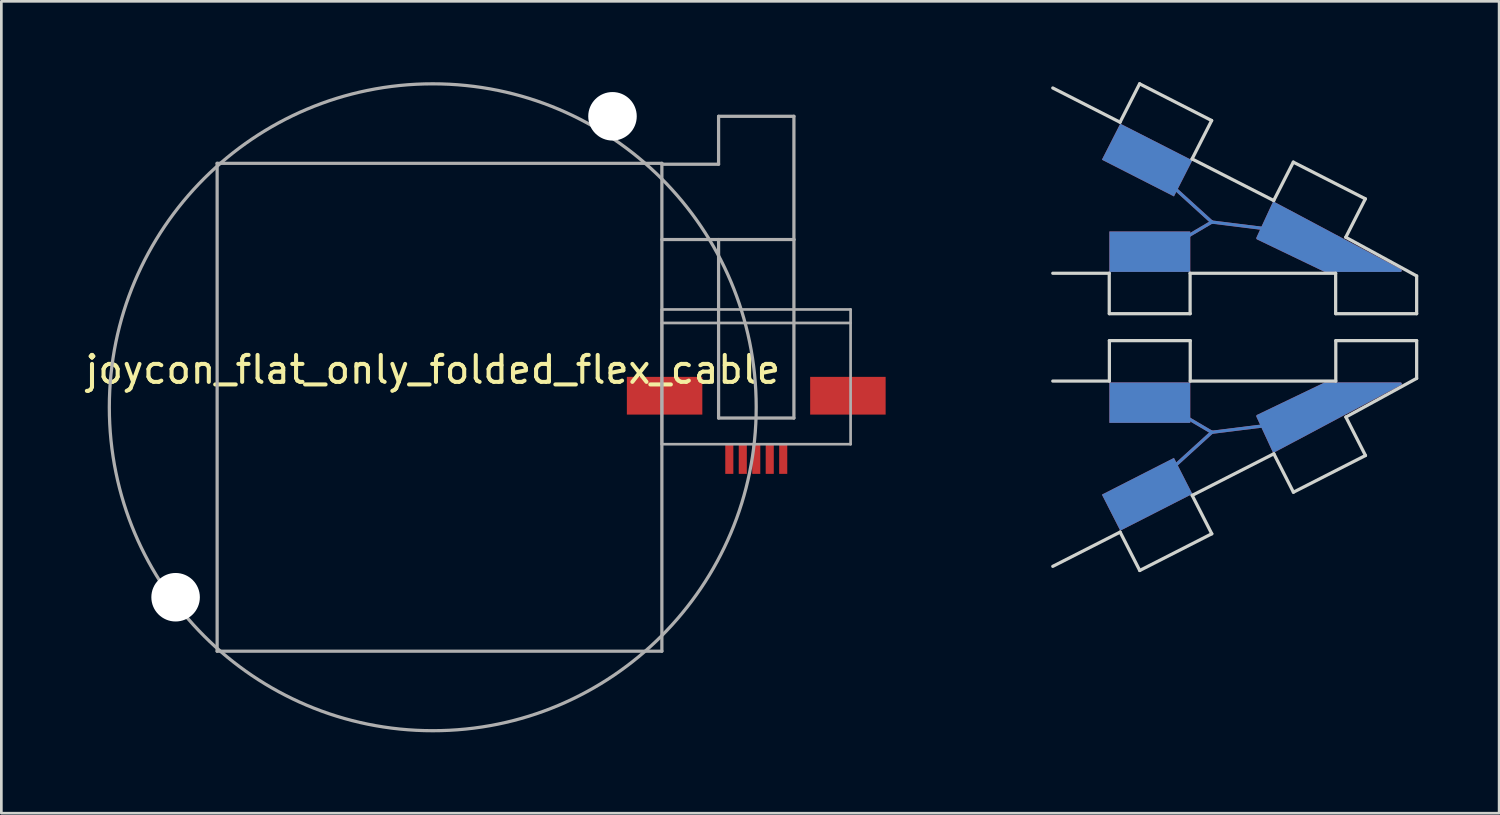
<source format=kicad_pcb>
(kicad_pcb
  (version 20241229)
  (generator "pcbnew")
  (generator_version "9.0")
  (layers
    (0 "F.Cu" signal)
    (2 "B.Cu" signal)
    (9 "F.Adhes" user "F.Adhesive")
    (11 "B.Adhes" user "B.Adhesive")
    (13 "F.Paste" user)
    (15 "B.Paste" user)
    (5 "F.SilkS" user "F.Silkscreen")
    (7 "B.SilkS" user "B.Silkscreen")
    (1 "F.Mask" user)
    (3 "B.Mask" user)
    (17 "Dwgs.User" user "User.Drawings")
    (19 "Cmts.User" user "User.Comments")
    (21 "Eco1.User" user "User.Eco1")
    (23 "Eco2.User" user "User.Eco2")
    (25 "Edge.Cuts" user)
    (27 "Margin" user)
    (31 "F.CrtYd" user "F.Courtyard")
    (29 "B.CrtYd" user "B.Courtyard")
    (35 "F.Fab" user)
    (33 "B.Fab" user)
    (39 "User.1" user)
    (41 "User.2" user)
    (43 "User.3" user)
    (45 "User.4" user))
  (footprint "joycon_flat_only_folded_flex_cable"
    (layer "F.Cu")
    (at 13.006 12.06)
    (property "Reference" "joycon_flat_only_folded_flex_cable" (at 0 -1.397 0) (layer "F.SilkS") (effects (font (size 1 1) (thickness 0.15))))
    (attr through_hole)
    (fp_line (start -8 -9.05) (end -8 9.05) (stroke (width 0.12) (type solid)) (layer "F.Fab"))
    (fp_line (start -8 -9.05) (end 8.5 -9.05) (stroke (width 0.12) (type solid)) (layer "F.Fab"))
    (fp_line (start -8 9.05) (end 8.5 9.05) (stroke (width 0.12) (type solid)) (layer "F.Fab"))
    (fp_line (start 8.5 -9.05) (end 8.5 9.05) (stroke (width 0.12) (type solid)) (layer "F.Fab"))
    (fp_line (start 8.502 -3.628) (end 15.502 -3.628) (stroke (width 0.1) (type solid)) (layer "F.Fab"))
    (fp_line (start 8.502 -3.128) (end 15.502 -3.128) (stroke (width 0.1) (type solid)) (layer "F.Fab"))
    (fp_line (start 8.502 1.371) (end 8.502 -3.628) (stroke (width 0.1) (type solid)) (layer "F.Fab"))
    (fp_line (start 8.502 1.371) (end 15.502 1.371) (stroke (width 0.1) (type solid)) (layer "F.Fab"))
    (fp_line (start 10.604 -9.017) (end 8.5 -9.017) (stroke (width 0.12) (type solid)) (layer "F.Fab"))
    (fp_line (start 10.604 -9.017) (end 10.604 -10.795) (stroke (width 0.12) (type solid)) (layer "F.Fab"))
    (fp_line (start 10.604 -6.223) (end 10.604 0.4) (stroke (width 0.12) (type solid)) (layer "F.Fab"))
    (fp_line (start 13.399 -10.795) (end 10.604 -10.795) (stroke (width 0.12) (type solid)) (layer "F.Fab"))
    (fp_line (start 13.399 -10.795) (end 13.399 -6.223) (stroke (width 0.12) (type solid)) (layer "F.Fab"))
    (fp_line (start 13.399 -6.223) (end 8.5 -6.223) (stroke (width 0.12) (type solid)) (layer "F.Fab"))
    (fp_line (start 13.399 -6.223) (end 13.399 0.4) (stroke (width 0.12) (type solid)) (layer "F.Fab"))
    (fp_line (start 13.399 0.4) (end 10.604 0.4) (stroke (width 0.12) (type solid)) (layer "F.Fab"))
    (fp_line (start 15.502 1.371) (end 15.502 -3.628) (stroke (width 0.1) (type solid)) (layer "F.Fab"))
    (fp_circle (center 0 0) (end 12 0) (stroke (width 0.12) (type solid)) (fill no) (layer "F.Fab"))
    (pad "" np_thru_hole circle (at -9.541 7.048) (size 1.8 1.8) (drill 1.8) (layers "*.Cu" "*.Mask"))
    (pad "" np_thru_hole circle (at 6.668 -10.795) (size 1.8 1.8) (drill 1.8) (layers "*.Cu" "*.Mask"))
    (pad "GND" smd rect (at 11.502 1.921) (size 0.3 1.1) (layers "F.Cu" "F.Mask" "F.Paste"))
    (pad "Left_Right" smd rect (at 11.002 1.921) (size 0.3 1.1) (layers "F.Cu" "F.Mask" "F.Paste"))
    (pad "NC" smd rect (at 8.601 -0.428) (size 2.8 1.4) (layers "F.Cu" "F.Mask" "F.Paste"))
    (pad "NC" smd rect (at 15.402 -0.428) (size 2.8 1.4) (layers "F.Cu" "F.Mask" "F.Paste"))
    (pad "Push_button" smd rect (at 12.002 1.921) (size 0.3 1.1) (layers "F.Cu" "F.Mask" "F.Paste"))
    (pad "Up_Down" smd rect (at 12.502 1.921) (size 0.3 1.1) (layers "F.Cu" "F.Mask" "F.Paste"))
    (pad "VCC" smd rect (at 13.002 1.921) (size 0.3 1.1) (layers "F.Cu" "F.Mask" "F.Paste")))
  (footprint "support_27deg"
    (layer "F.Cu")
    (at 36.009 9.088)
    (property "Reference" "support_27deg" (at 2.4 4.5 0) (layer "Eco1.User") (effects (font (size 1 1) (thickness 0.15))))
    (attr through_hole)
    (fp_line (start 4.2 -2.9) (end 5.9 -3.9) (stroke (width 0.12) (type solid)) (layer "F.Cu"))
    (fp_line (start 4.2 2.9) (end 5.9 3.9) (stroke (width 0.12) (type solid)) (layer "F.Cu"))
    (fp_line (start 5.9 -3.9) (end 3.7 -5.9) (stroke (width 0.12) (type solid)) (layer "F.Cu"))
    (fp_line (start 5.9 -3.9) (end 9.1 -3.5) (stroke (width 0.12) (type solid)) (layer "F.Cu"))
    (fp_line (start 5.9 3.9) (end 3.7 5.9) (stroke (width 0.12) (type solid)) (layer "F.Cu"))
    (fp_line (start 5.9 3.9) (end 9.1 3.5) (stroke (width 0.12) (type solid)) (layer "F.Cu"))
    (fp_poly (pts (xy 8.2 -4.6) (xy 7.6 -3.3) (xy 10.1 -2.1) (xy 12.9 -2.1)) (stroke (width 0.1) (type solid)) (fill yes) (layer "F.Cu"))
    (fp_poly (pts (xy 8.2 4.6) (xy 7.6 3.3) (xy 10.1 2.1) (xy 12.9 2.1)) (stroke (width 0.1) (type solid)) (fill yes) (layer "F.Cu"))
    (fp_poly (pts (xy 8.2 -4.6) (xy 7.6 -3.3) (xy 10.1 -2.1) (xy 12.9 -2.1)) (stroke (width 0.1) (type solid)) (fill yes) (layer "F.Mask"))
    (fp_poly (pts (xy 8.2 4.6) (xy 7.6 3.3) (xy 10.1 2.1) (xy 12.9 2.1)) (stroke (width 0.1) (type solid)) (fill yes) (layer "F.Mask"))
    (fp_line (start 4.2 -2.9) (end 5.9 -3.9) (stroke (width 0.12) (type solid)) (layer "B.Cu"))
    (fp_line (start 4.2 2.9) (end 5.9 3.9) (stroke (width 0.12) (type solid)) (layer "B.Cu"))
    (fp_line (start 5.9 -3.9) (end 3.7 -5.9) (stroke (width 0.12) (type solid)) (layer "B.Cu"))
    (fp_line (start 5.9 -3.9) (end 9.1 -3.5) (stroke (width 0.12) (type solid)) (layer "B.Cu"))
    (fp_line (start 5.9 3.9) (end 3.7 5.9) (stroke (width 0.12) (type solid)) (layer "B.Cu"))
    (fp_line (start 5.9 3.9) (end 9.1 3.5) (stroke (width 0.12) (type solid)) (layer "B.Cu"))
    (fp_poly (pts (xy 8.2 -4.6) (xy 7.6 -3.3) (xy 10.1 -2.1) (xy 12.9 -2.1)) (stroke (width 0.1) (type solid)) (fill yes) (layer "B.Cu"))
    (fp_poly (pts (xy 8.2 4.6) (xy 7.6 3.3) (xy 10.1 2.1) (xy 12.9 2.1)) (stroke (width 0.1) (type solid)) (fill yes) (layer "B.Cu"))
    (fp_poly (pts (xy 8.2 -4.6) (xy 7.6 -3.3) (xy 10.1 -2.1) (xy 12.9 -2.1)) (stroke (width 0.1) (type solid)) (fill yes) (layer "B.Mask"))
    (fp_poly (pts (xy 8.2 4.6) (xy 7.6 3.3) (xy 10.1 2.1) (xy 12.9 2.1)) (stroke (width 0.1) (type solid)) (fill yes) (layer "B.Mask"))
    (fp_poly (pts (xy 8.2 -4.6) (xy 7.6 -3.3) (xy 10.1 -2.1) (xy 12.9 -2.1)) (stroke (width 0.1) (type solid)) (fill yes) (layer "F.Paste"))
    (fp_poly (pts (xy 8.2 4.6) (xy 7.6 3.3) (xy 10.1 2.1) (xy 12.9 2.1)) (stroke (width 0.1) (type solid)) (fill yes) (layer "F.Paste"))
    (fp_poly (pts (xy 8.2 -4.6) (xy 7.6 -3.3) (xy 10.1 -2.1) (xy 12.9 -2.1)) (stroke (width 0.1) (type solid)) (fill yes) (layer "B.Paste"))
    (fp_poly (pts (xy 8.2 4.6) (xy 7.6 3.3) (xy 10.1 2.1) (xy 12.9 2.1)) (stroke (width 0.1) (type solid)) (fill yes) (layer "B.Paste"))
    (fp_line (start 2.095 -2) (end 0 -2) (stroke (width 0.12) (type solid)) (layer "Edge.Cuts"))
    (fp_line (start 2.095 -0.5) (end 2.095 -2) (stroke (width 0.12) (type solid)) (layer "Edge.Cuts"))
    (fp_line (start 2.1 0.5) (end 2.1 2) (stroke (width 0.12) (type solid)) (layer "Edge.Cuts"))
    (fp_line (start 2.1 2) (end 0 2) (stroke (width 0.12) (type solid)) (layer "Edge.Cuts"))
    (fp_line (start 2.495 -7.603) (end 0 -8.874) (stroke (width 0.12) (type solid)) (layer "Edge.Cuts"))
    (fp_line (start 2.495 -7.603) (end 3.221 -9.028) (stroke (width 0.12) (type solid)) (layer "Edge.Cuts"))
    (fp_line (start 2.499 7.603) (end 0 8.874) (stroke (width 0.12) (type solid)) (layer "Edge.Cuts"))
    (fp_line (start 2.499 7.603) (end 3.226 9.028) (stroke (width 0.12) (type solid)) (layer "Edge.Cuts"))
    (fp_line (start 3.221 -9.028) (end 5.894 -7.666) (stroke (width 0.12) (type solid)) (layer "Edge.Cuts"))
    (fp_line (start 3.226 9.028) (end 5.899 7.666) (stroke (width 0.12) (type solid)) (layer "Edge.Cuts"))
    (fp_line (start 5.095 -2) (end 5.095 -0.5) (stroke (width 0.12) (type solid)) (layer "Edge.Cuts"))
    (fp_line (start 5.1 -0.5) (end 2.1 -0.5) (stroke (width 0.12) (type solid)) (layer "Edge.Cuts"))
    (fp_line (start 5.1 0.5) (end 2.1 0.5) (stroke (width 0.12) (type solid)) (layer "Edge.Cuts"))
    (fp_line (start 5.1 2) (end 5.1 0.5) (stroke (width 0.12) (type solid)) (layer "Edge.Cuts"))
    (fp_line (start 5.168 -6.241) (end 8.197 -4.697) (stroke (width 0.12) (type solid)) (layer "Edge.Cuts"))
    (fp_line (start 5.172 6.241) (end 8.202 4.697) (stroke (width 0.12) (type solid)) (layer "Edge.Cuts"))
    (fp_line (start 5.894 -7.666) (end 5.168 -6.241) (stroke (width 0.12) (type solid)) (layer "Edge.Cuts"))
    (fp_line (start 5.899 7.666) (end 5.172 6.241) (stroke (width 0.12) (type solid)) (layer "Edge.Cuts"))
    (fp_line (start 8.197 -4.697) (end 8.924 -6.123) (stroke (width 0.12) (type solid)) (layer "Edge.Cuts"))
    (fp_line (start 8.202 4.697) (end 8.928 6.123) (stroke (width 0.12) (type solid)) (layer "Edge.Cuts"))
    (fp_line (start 10.495 -2) (end 5.095 -2) (stroke (width 0.12) (type solid)) (layer "Edge.Cuts"))
    (fp_line (start 10.495 -0.5) (end 10.495 -2) (stroke (width 0.12) (type solid)) (layer "Edge.Cuts"))
    (fp_line (start 10.5 0.5) (end 10.5 2) (stroke (width 0.12) (type solid)) (layer "Edge.Cuts"))
    (fp_line (start 10.5 0.5) (end 13.5 0.5) (stroke (width 0.12) (type solid)) (layer "Edge.Cuts"))
    (fp_line (start 10.5 2) (end 5.1 2) (stroke (width 0.12) (type solid)) (layer "Edge.Cuts"))
    (fp_line (start 10.87 -3.335) (end 13.5 -1.9) (stroke (width 0.12) (type solid)) (layer "Edge.Cuts"))
    (fp_line (start 10.875 3.335) (end 13.5 1.9) (stroke (width 0.12) (type solid)) (layer "Edge.Cuts"))
    (fp_line (start 11.597 -4.761) (end 8.924 -6.123) (stroke (width 0.12) (type solid)) (layer "Edge.Cuts"))
    (fp_line (start 11.597 -4.761) (end 10.87 -3.335) (stroke (width 0.12) (type solid)) (layer "Edge.Cuts"))
    (fp_line (start 11.601 4.761) (end 8.928 6.123) (stroke (width 0.12) (type solid)) (layer "Edge.Cuts"))
    (fp_line (start 11.601 4.761) (end 10.875 3.335) (stroke (width 0.12) (type solid)) (layer "Edge.Cuts"))
    (fp_line (start 13.5 -1.9) (end 13.5 -0.5) (stroke (width 0.12) (type solid)) (layer "Edge.Cuts"))
    (fp_line (start 13.5 -0.5) (end 10.5 -0.5) (stroke (width 0.12) (type solid)) (layer "Edge.Cuts"))
    (fp_line (start 13.5 0.5) (end 13.5 1.9) (stroke (width 0.12) (type solid)) (layer "Edge.Cuts"))
    (pad "1" smd rect (at 3.5 6.2 27) (size 3 1.5) (layers "F.Cu" "F.Mask" "F.Paste"))
    (pad "1" smd rect (at 3.5 6.2 27) (size 3 1.5) (layers "B.Cu" "B.Mask" "B.Paste"))
    (pad "1" smd rect (at 3.6 2.8) (size 3 1.5) (layers "F.Cu" "F.Mask" "F.Paste"))
    (pad "1" smd rect (at 3.6 2.8) (size 3 1.5) (layers "B.Cu" "B.Mask" "B.Paste"))
    (pad "2" smd rect (at 3.5 -6.2 333) (size 3 1.5) (layers "F.Cu" "F.Mask" "F.Paste"))
    (pad "2" smd rect (at 3.5 -6.2 333) (size 3 1.5) (layers "B.Cu" "B.Mask" "B.Paste"))
    (pad "2" smd rect (at 3.6 -2.8) (size 3 1.5) (layers "F.Cu" "F.Mask" "F.Paste"))
    (pad "2" smd rect (at 3.6 -2.8) (size 3 1.5) (layers "B.Cu" "B.Mask" "B.Paste")))
  (gr_rect
    (start -3 -3)
    (end 52.569 27.12)
    (stroke (width 0.1) (type default))
    (fill no)
    (layer "Edge.Cuts")))
</source>
